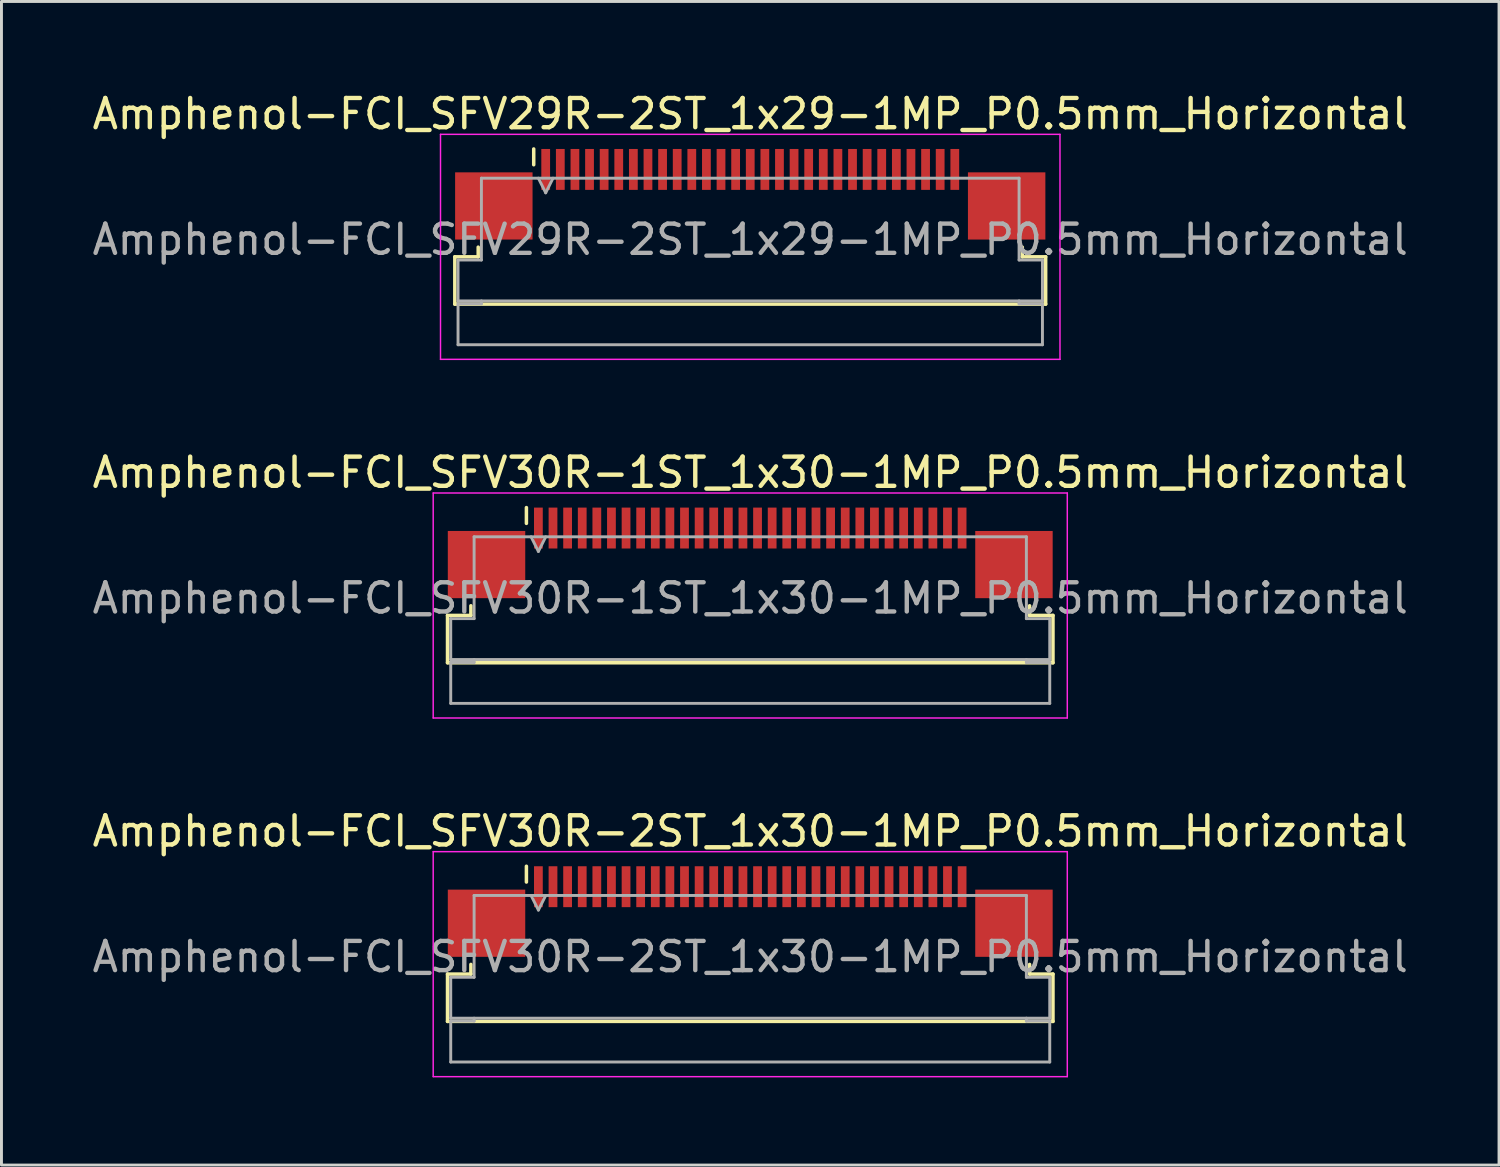
<source format=kicad_pcb>
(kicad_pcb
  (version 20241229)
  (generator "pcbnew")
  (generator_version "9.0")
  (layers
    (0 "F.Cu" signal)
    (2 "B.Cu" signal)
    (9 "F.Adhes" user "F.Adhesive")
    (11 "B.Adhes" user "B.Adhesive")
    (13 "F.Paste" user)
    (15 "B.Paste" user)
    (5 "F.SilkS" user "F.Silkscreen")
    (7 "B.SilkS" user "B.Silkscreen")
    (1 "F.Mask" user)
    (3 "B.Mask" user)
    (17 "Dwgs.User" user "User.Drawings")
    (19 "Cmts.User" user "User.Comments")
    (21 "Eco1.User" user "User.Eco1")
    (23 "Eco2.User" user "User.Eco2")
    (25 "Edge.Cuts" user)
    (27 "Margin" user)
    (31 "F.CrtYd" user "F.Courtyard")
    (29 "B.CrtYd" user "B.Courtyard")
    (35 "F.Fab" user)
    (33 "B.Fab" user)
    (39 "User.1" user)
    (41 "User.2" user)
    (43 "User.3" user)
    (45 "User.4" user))
  (footprint "Amphenol-FCI_SFV30R-2ST_1x30-1MP_P0.5mm_Horizontal"
    (layer "F.Cu")
    (at 22.625 29.295)
    (property "Reference" "Amphenol-FCI_SFV30R-2ST_1x30-1MP_P0.5mm_Horizontal" (at 0 -3.9 0) (layer "F.SilkS") (effects (font (size 1 1) (thickness 0.15))))
    (attr smd)
    (fp_line (start -10.36 0.99) (end -9.56 0.99) (stroke (width 0.12) (type solid)) (layer "F.SilkS"))
    (fp_line (start -10.36 2.61) (end -10.36 0.99) (stroke (width 0.12) (type solid)) (layer "F.SilkS"))
    (fp_line (start -9.56 0.99) (end -9.56 0.66) (stroke (width 0.12) (type solid)) (layer "F.SilkS"))
    (fp_line (start -7.66 -2.16) (end -7.66 -2.7) (stroke (width 0.12) (type solid)) (layer "F.SilkS"))
    (fp_line (start 9.56 0.66) (end 9.56 0.99) (stroke (width 0.12) (type solid)) (layer "F.SilkS"))
    (fp_line (start 9.56 0.99) (end 10.36 0.99) (stroke (width 0.12) (type solid)) (layer "F.SilkS"))
    (fp_line (start 10.36 0.99) (end 10.36 2.61) (stroke (width 0.12) (type solid)) (layer "F.SilkS"))
    (fp_line (start 10.36 2.61) (end -10.36 2.61) (stroke (width 0.12) (type solid)) (layer "F.SilkS"))
    (fp_line (start -10.85 -3.2) (end -10.85 4.5) (stroke (width 0.05) (type solid)) (layer "F.CrtYd"))
    (fp_line (start -10.85 4.5) (end 10.85 4.5) (stroke (width 0.05) (type solid)) (layer "F.CrtYd"))
    (fp_line (start 10.85 -3.2) (end -10.85 -3.2) (stroke (width 0.05) (type solid)) (layer "F.CrtYd"))
    (fp_line (start 10.85 4.5) (end 10.85 -3.2) (stroke (width 0.05) (type solid)) (layer "F.CrtYd"))
    (fp_line (start -10.25 1.1) (end -9.45 1.1) (stroke (width 0.1) (type solid)) (layer "F.Fab"))
    (fp_line (start -10.25 2.5) (end -10.25 1.1) (stroke (width 0.1) (type solid)) (layer "F.Fab"))
    (fp_line (start -10.25 2.6) (end -9.45 2.6) (stroke (width 0.1) (type solid)) (layer "F.Fab"))
    (fp_line (start -10.25 4) (end -10.25 2.6) (stroke (width 0.1) (type solid)) (layer "F.Fab"))
    (fp_line (start -9.45 -1.7) (end 9.45 -1.7) (stroke (width 0.1) (type solid)) (layer "F.Fab"))
    (fp_line (start -9.45 1.1) (end -9.45 -1.7) (stroke (width 0.1) (type solid)) (layer "F.Fab"))
    (fp_line (start -9.45 2.6) (end -9.45 2.5) (stroke (width 0.1) (type solid)) (layer "F.Fab"))
    (fp_line (start -7.5 -1.7) (end -7.25 -1.2) (stroke (width 0.1) (type solid)) (layer "F.Fab"))
    (fp_line (start -7.25 -1.2) (end -7 -1.7) (stroke (width 0.1) (type solid)) (layer "F.Fab"))
    (fp_line (start 9.45 -1.7) (end 9.45 1.1) (stroke (width 0.1) (type solid)) (layer "F.Fab"))
    (fp_line (start 9.45 1.1) (end 10.25 1.1) (stroke (width 0.1) (type solid)) (layer "F.Fab"))
    (fp_line (start 9.45 2.5) (end 9.45 2.6) (stroke (width 0.1) (type solid)) (layer "F.Fab"))
    (fp_line (start 9.45 2.6) (end 10.25 2.6) (stroke (width 0.1) (type solid)) (layer "F.Fab"))
    (fp_line (start 10.25 1.1) (end 10.25 2.5) (stroke (width 0.1) (type solid)) (layer "F.Fab"))
    (fp_line (start 10.25 2.5) (end -10.25 2.5) (stroke (width 0.1) (type solid)) (layer "F.Fab"))
    (fp_line (start 10.25 2.6) (end 10.25 4) (stroke (width 0.1) (type solid)) (layer "F.Fab"))
    (fp_line (start 10.25 4) (end -10.25 4) (stroke (width 0.1) (type solid)) (layer "F.Fab"))
    (fp_text user "${REFERENCE}" (at 0 0.4 0) (layer "F.Fab") (effects (font (size 1 1) (thickness 0.15))))
    (pad "1" smd rect (at -7.25 -2) (size 0.3 1.4) (layers "F.Cu" "F.Mask" "F.Paste"))
    (pad "2" smd rect (at -6.75 -2) (size 0.3 1.4) (layers "F.Cu" "F.Mask" "F.Paste"))
    (pad "3" smd rect (at -6.25 -2) (size 0.3 1.4) (layers "F.Cu" "F.Mask" "F.Paste"))
    (pad "4" smd rect (at -5.75 -2) (size 0.3 1.4) (layers "F.Cu" "F.Mask" "F.Paste"))
    (pad "5" smd rect (at -5.25 -2) (size 0.3 1.4) (layers "F.Cu" "F.Mask" "F.Paste"))
    (pad "6" smd rect (at -4.75 -2) (size 0.3 1.4) (layers "F.Cu" "F.Mask" "F.Paste"))
    (pad "7" smd rect (at -4.25 -2) (size 0.3 1.4) (layers "F.Cu" "F.Mask" "F.Paste"))
    (pad "8" smd rect (at -3.75 -2) (size 0.3 1.4) (layers "F.Cu" "F.Mask" "F.Paste"))
    (pad "9" smd rect (at -3.25 -2) (size 0.3 1.4) (layers "F.Cu" "F.Mask" "F.Paste"))
    (pad "10" smd rect (at -2.75 -2) (size 0.3 1.4) (layers "F.Cu" "F.Mask" "F.Paste"))
    (pad "11" smd rect (at -2.25 -2) (size 0.3 1.4) (layers "F.Cu" "F.Mask" "F.Paste"))
    (pad "12" smd rect (at -1.75 -2) (size 0.3 1.4) (layers "F.Cu" "F.Mask" "F.Paste"))
    (pad "13" smd rect (at -1.25 -2) (size 0.3 1.4) (layers "F.Cu" "F.Mask" "F.Paste"))
    (pad "14" smd rect (at -0.75 -2) (size 0.3 1.4) (layers "F.Cu" "F.Mask" "F.Paste"))
    (pad "15" smd rect (at -0.25 -2) (size 0.3 1.4) (layers "F.Cu" "F.Mask" "F.Paste"))
    (pad "16" smd rect (at 0.25 -2) (size 0.3 1.4) (layers "F.Cu" "F.Mask" "F.Paste"))
    (pad "17" smd rect (at 0.75 -2) (size 0.3 1.4) (layers "F.Cu" "F.Mask" "F.Paste"))
    (pad "18" smd rect (at 1.25 -2) (size 0.3 1.4) (layers "F.Cu" "F.Mask" "F.Paste"))
    (pad "19" smd rect (at 1.75 -2) (size 0.3 1.4) (layers "F.Cu" "F.Mask" "F.Paste"))
    (pad "20" smd rect (at 2.25 -2) (size 0.3 1.4) (layers "F.Cu" "F.Mask" "F.Paste"))
    (pad "21" smd rect (at 2.75 -2) (size 0.3 1.4) (layers "F.Cu" "F.Mask" "F.Paste"))
    (pad "22" smd rect (at 3.25 -2) (size 0.3 1.4) (layers "F.Cu" "F.Mask" "F.Paste"))
    (pad "23" smd rect (at 3.75 -2) (size 0.3 1.4) (layers "F.Cu" "F.Mask" "F.Paste"))
    (pad "24" smd rect (at 4.25 -2) (size 0.3 1.4) (layers "F.Cu" "F.Mask" "F.Paste"))
    (pad "25" smd rect (at 4.75 -2) (size 0.3 1.4) (layers "F.Cu" "F.Mask" "F.Paste"))
    (pad "26" smd rect (at 5.25 -2) (size 0.3 1.4) (layers "F.Cu" "F.Mask" "F.Paste"))
    (pad "27" smd rect (at 5.75 -2) (size 0.3 1.4) (layers "F.Cu" "F.Mask" "F.Paste"))
    (pad "28" smd rect (at 6.25 -2) (size 0.3 1.4) (layers "F.Cu" "F.Mask" "F.Paste"))
    (pad "29" smd rect (at 6.75 -2) (size 0.3 1.4) (layers "F.Cu" "F.Mask" "F.Paste"))
    (pad "30" smd rect (at 7.25 -2) (size 0.3 1.4) (layers "F.Cu" "F.Mask" "F.Paste"))
    (pad "MP" smd rect (at -9.025 -0.75) (size 2.65 2.3) (layers "F.Cu" "F.Mask" "F.Paste"))
    (pad "MP" smd rect (at 9.025 -0.75) (size 2.65 2.3) (layers "F.Cu" "F.Mask" "F.Paste")))
  (footprint "Amphenol-FCI_SFV29R-2ST_1x29-1MP_P0.5mm_Horizontal"
    (layer "F.Cu")
    (at 22.625 4.748)
    (property "Reference" "Amphenol-FCI_SFV29R-2ST_1x29-1MP_P0.5mm_Horizontal" (at 0 -3.9 0) (layer "F.SilkS") (effects (font (size 1 1) (thickness 0.15))))
    (attr smd)
    (fp_line (start -10.11 0.99) (end -9.31 0.99) (stroke (width 0.12) (type solid)) (layer "F.SilkS"))
    (fp_line (start -10.11 2.61) (end -10.11 0.99) (stroke (width 0.12) (type solid)) (layer "F.SilkS"))
    (fp_line (start -9.31 0.99) (end -9.31 0.66) (stroke (width 0.12) (type solid)) (layer "F.SilkS"))
    (fp_line (start -7.41 -2.16) (end -7.41 -2.7) (stroke (width 0.12) (type solid)) (layer "F.SilkS"))
    (fp_line (start 9.31 0.66) (end 9.31 0.99) (stroke (width 0.12) (type solid)) (layer "F.SilkS"))
    (fp_line (start 9.31 0.99) (end 10.11 0.99) (stroke (width 0.12) (type solid)) (layer "F.SilkS"))
    (fp_line (start 10.11 0.99) (end 10.11 2.61) (stroke (width 0.12) (type solid)) (layer "F.SilkS"))
    (fp_line (start 10.11 2.61) (end -10.11 2.61) (stroke (width 0.12) (type solid)) (layer "F.SilkS"))
    (fp_line (start -10.6 -3.2) (end -10.6 4.5) (stroke (width 0.05) (type solid)) (layer "F.CrtYd"))
    (fp_line (start -10.6 4.5) (end 10.6 4.5) (stroke (width 0.05) (type solid)) (layer "F.CrtYd"))
    (fp_line (start 10.6 -3.2) (end -10.6 -3.2) (stroke (width 0.05) (type solid)) (layer "F.CrtYd"))
    (fp_line (start 10.6 4.5) (end 10.6 -3.2) (stroke (width 0.05) (type solid)) (layer "F.CrtYd"))
    (fp_line (start -10 1.1) (end -9.2 1.1) (stroke (width 0.1) (type solid)) (layer "F.Fab"))
    (fp_line (start -10 2.5) (end -10 1.1) (stroke (width 0.1) (type solid)) (layer "F.Fab"))
    (fp_line (start -10 2.6) (end -9.2 2.6) (stroke (width 0.1) (type solid)) (layer "F.Fab"))
    (fp_line (start -10 4) (end -10 2.6) (stroke (width 0.1) (type solid)) (layer "F.Fab"))
    (fp_line (start -9.2 -1.7) (end 9.2 -1.7) (stroke (width 0.1) (type solid)) (layer "F.Fab"))
    (fp_line (start -9.2 1.1) (end -9.2 -1.7) (stroke (width 0.1) (type solid)) (layer "F.Fab"))
    (fp_line (start -9.2 2.6) (end -9.2 2.5) (stroke (width 0.1) (type solid)) (layer "F.Fab"))
    (fp_line (start -7.25 -1.7) (end -7 -1.2) (stroke (width 0.1) (type solid)) (layer "F.Fab"))
    (fp_line (start -7 -1.2) (end -6.75 -1.7) (stroke (width 0.1) (type solid)) (layer "F.Fab"))
    (fp_line (start 9.2 -1.7) (end 9.2 1.1) (stroke (width 0.1) (type solid)) (layer "F.Fab"))
    (fp_line (start 9.2 1.1) (end 10 1.1) (stroke (width 0.1) (type solid)) (layer "F.Fab"))
    (fp_line (start 9.2 2.5) (end 9.2 2.6) (stroke (width 0.1) (type solid)) (layer "F.Fab"))
    (fp_line (start 9.2 2.6) (end 10 2.6) (stroke (width 0.1) (type solid)) (layer "F.Fab"))
    (fp_line (start 10 1.1) (end 10 2.5) (stroke (width 0.1) (type solid)) (layer "F.Fab"))
    (fp_line (start 10 2.5) (end -10 2.5) (stroke (width 0.1) (type solid)) (layer "F.Fab"))
    (fp_line (start 10 2.6) (end 10 4) (stroke (width 0.1) (type solid)) (layer "F.Fab"))
    (fp_line (start 10 4) (end -10 4) (stroke (width 0.1) (type solid)) (layer "F.Fab"))
    (fp_text user "${REFERENCE}" (at 0 0.4 0) (layer "F.Fab") (effects (font (size 1 1) (thickness 0.15))))
    (pad "1" smd rect (at -7 -2) (size 0.3 1.4) (layers "F.Cu" "F.Mask" "F.Paste"))
    (pad "2" smd rect (at -6.5 -2) (size 0.3 1.4) (layers "F.Cu" "F.Mask" "F.Paste"))
    (pad "3" smd rect (at -6 -2) (size 0.3 1.4) (layers "F.Cu" "F.Mask" "F.Paste"))
    (pad "4" smd rect (at -5.5 -2) (size 0.3 1.4) (layers "F.Cu" "F.Mask" "F.Paste"))
    (pad "5" smd rect (at -5 -2) (size 0.3 1.4) (layers "F.Cu" "F.Mask" "F.Paste"))
    (pad "6" smd rect (at -4.5 -2) (size 0.3 1.4) (layers "F.Cu" "F.Mask" "F.Paste"))
    (pad "7" smd rect (at -4 -2) (size 0.3 1.4) (layers "F.Cu" "F.Mask" "F.Paste"))
    (pad "8" smd rect (at -3.5 -2) (size 0.3 1.4) (layers "F.Cu" "F.Mask" "F.Paste"))
    (pad "9" smd rect (at -3 -2) (size 0.3 1.4) (layers "F.Cu" "F.Mask" "F.Paste"))
    (pad "10" smd rect (at -2.5 -2) (size 0.3 1.4) (layers "F.Cu" "F.Mask" "F.Paste"))
    (pad "11" smd rect (at -2 -2) (size 0.3 1.4) (layers "F.Cu" "F.Mask" "F.Paste"))
    (pad "12" smd rect (at -1.5 -2) (size 0.3 1.4) (layers "F.Cu" "F.Mask" "F.Paste"))
    (pad "13" smd rect (at -1 -2) (size 0.3 1.4) (layers "F.Cu" "F.Mask" "F.Paste"))
    (pad "14" smd rect (at -0.5 -2) (size 0.3 1.4) (layers "F.Cu" "F.Mask" "F.Paste"))
    (pad "15" smd rect (at 0 -2) (size 0.3 1.4) (layers "F.Cu" "F.Mask" "F.Paste"))
    (pad "16" smd rect (at 0.5 -2) (size 0.3 1.4) (layers "F.Cu" "F.Mask" "F.Paste"))
    (pad "17" smd rect (at 1 -2) (size 0.3 1.4) (layers "F.Cu" "F.Mask" "F.Paste"))
    (pad "18" smd rect (at 1.5 -2) (size 0.3 1.4) (layers "F.Cu" "F.Mask" "F.Paste"))
    (pad "19" smd rect (at 2 -2) (size 0.3 1.4) (layers "F.Cu" "F.Mask" "F.Paste"))
    (pad "20" smd rect (at 2.5 -2) (size 0.3 1.4) (layers "F.Cu" "F.Mask" "F.Paste"))
    (pad "21" smd rect (at 3 -2) (size 0.3 1.4) (layers "F.Cu" "F.Mask" "F.Paste"))
    (pad "22" smd rect (at 3.5 -2) (size 0.3 1.4) (layers "F.Cu" "F.Mask" "F.Paste"))
    (pad "23" smd rect (at 4 -2) (size 0.3 1.4) (layers "F.Cu" "F.Mask" "F.Paste"))
    (pad "24" smd rect (at 4.5 -2) (size 0.3 1.4) (layers "F.Cu" "F.Mask" "F.Paste"))
    (pad "25" smd rect (at 5 -2) (size 0.3 1.4) (layers "F.Cu" "F.Mask" "F.Paste"))
    (pad "26" smd rect (at 5.5 -2) (size 0.3 1.4) (layers "F.Cu" "F.Mask" "F.Paste"))
    (pad "27" smd rect (at 6 -2) (size 0.3 1.4) (layers "F.Cu" "F.Mask" "F.Paste"))
    (pad "28" smd rect (at 6.5 -2) (size 0.3 1.4) (layers "F.Cu" "F.Mask" "F.Paste"))
    (pad "29" smd rect (at 7 -2) (size 0.3 1.4) (layers "F.Cu" "F.Mask" "F.Paste"))
    (pad "MP" smd rect (at -8.775 -0.75) (size 2.65 2.3) (layers "F.Cu" "F.Mask" "F.Paste"))
    (pad "MP" smd rect (at 8.775 -0.75) (size 2.65 2.3) (layers "F.Cu" "F.Mask" "F.Paste")))
  (footprint "Amphenol-FCI_SFV30R-1ST_1x30-1MP_P0.5mm_Horizontal"
    (layer "F.Cu")
    (at 22.625 17.021)
    (property "Reference" "Amphenol-FCI_SFV30R-1ST_1x30-1MP_P0.5mm_Horizontal" (at 0 -3.9 0) (layer "F.SilkS") (effects (font (size 1 1) (thickness 0.15))))
    (attr smd)
    (fp_line (start -10.36 0.99) (end -9.56 0.99) (stroke (width 0.12) (type solid)) (layer "F.SilkS"))
    (fp_line (start -10.36 2.61) (end -10.36 0.99) (stroke (width 0.12) (type solid)) (layer "F.SilkS"))
    (fp_line (start -9.56 0.99) (end -9.56 0.66) (stroke (width 0.12) (type solid)) (layer "F.SilkS"))
    (fp_line (start -7.66 -2.16) (end -7.66 -2.7) (stroke (width 0.12) (type solid)) (layer "F.SilkS"))
    (fp_line (start 9.56 0.66) (end 9.56 0.99) (stroke (width 0.12) (type solid)) (layer "F.SilkS"))
    (fp_line (start 9.56 0.99) (end 10.36 0.99) (stroke (width 0.12) (type solid)) (layer "F.SilkS"))
    (fp_line (start 10.36 0.99) (end 10.36 2.61) (stroke (width 0.12) (type solid)) (layer "F.SilkS"))
    (fp_line (start 10.36 2.61) (end -10.36 2.61) (stroke (width 0.12) (type solid)) (layer "F.SilkS"))
    (fp_line (start -10.85 -3.2) (end -10.85 4.5) (stroke (width 0.05) (type solid)) (layer "F.CrtYd"))
    (fp_line (start -10.85 4.5) (end 10.85 4.5) (stroke (width 0.05) (type solid)) (layer "F.CrtYd"))
    (fp_line (start 10.85 -3.2) (end -10.85 -3.2) (stroke (width 0.05) (type solid)) (layer "F.CrtYd"))
    (fp_line (start 10.85 4.5) (end 10.85 -3.2) (stroke (width 0.05) (type solid)) (layer "F.CrtYd"))
    (fp_line (start -10.25 1.1) (end -9.45 1.1) (stroke (width 0.1) (type solid)) (layer "F.Fab"))
    (fp_line (start -10.25 2.5) (end -10.25 1.1) (stroke (width 0.1) (type solid)) (layer "F.Fab"))
    (fp_line (start -10.25 2.6) (end -9.45 2.6) (stroke (width 0.1) (type solid)) (layer "F.Fab"))
    (fp_line (start -10.25 4) (end -10.25 2.6) (stroke (width 0.1) (type solid)) (layer "F.Fab"))
    (fp_line (start -9.45 -1.7) (end 9.45 -1.7) (stroke (width 0.1) (type solid)) (layer "F.Fab"))
    (fp_line (start -9.45 1.1) (end -9.45 -1.7) (stroke (width 0.1) (type solid)) (layer "F.Fab"))
    (fp_line (start -9.45 2.6) (end -9.45 2.5) (stroke (width 0.1) (type solid)) (layer "F.Fab"))
    (fp_line (start -7.5 -1.7) (end -7.25 -1.2) (stroke (width 0.1) (type solid)) (layer "F.Fab"))
    (fp_line (start -7.25 -1.2) (end -7 -1.7) (stroke (width 0.1) (type solid)) (layer "F.Fab"))
    (fp_line (start 9.45 -1.7) (end 9.45 1.1) (stroke (width 0.1) (type solid)) (layer "F.Fab"))
    (fp_line (start 9.45 1.1) (end 10.25 1.1) (stroke (width 0.1) (type solid)) (layer "F.Fab"))
    (fp_line (start 9.45 2.5) (end 9.45 2.6) (stroke (width 0.1) (type solid)) (layer "F.Fab"))
    (fp_line (start 9.45 2.6) (end 10.25 2.6) (stroke (width 0.1) (type solid)) (layer "F.Fab"))
    (fp_line (start 10.25 1.1) (end 10.25 2.5) (stroke (width 0.1) (type solid)) (layer "F.Fab"))
    (fp_line (start 10.25 2.5) (end -10.25 2.5) (stroke (width 0.1) (type solid)) (layer "F.Fab"))
    (fp_line (start 10.25 2.6) (end 10.25 4) (stroke (width 0.1) (type solid)) (layer "F.Fab"))
    (fp_line (start 10.25 4) (end -10.25 4) (stroke (width 0.1) (type solid)) (layer "F.Fab"))
    (fp_text user "${REFERENCE}" (at 0 0.4 0) (layer "F.Fab") (effects (font (size 1 1) (thickness 0.15))))
    (pad "1" smd rect (at -7.25 -2) (size 0.3 1.4) (layers "F.Cu" "F.Mask" "F.Paste"))
    (pad "2" smd rect (at -6.75 -2) (size 0.3 1.4) (layers "F.Cu" "F.Mask" "F.Paste"))
    (pad "3" smd rect (at -6.25 -2) (size 0.3 1.4) (layers "F.Cu" "F.Mask" "F.Paste"))
    (pad "4" smd rect (at -5.75 -2) (size 0.3 1.4) (layers "F.Cu" "F.Mask" "F.Paste"))
    (pad "5" smd rect (at -5.25 -2) (size 0.3 1.4) (layers "F.Cu" "F.Mask" "F.Paste"))
    (pad "6" smd rect (at -4.75 -2) (size 0.3 1.4) (layers "F.Cu" "F.Mask" "F.Paste"))
    (pad "7" smd rect (at -4.25 -2) (size 0.3 1.4) (layers "F.Cu" "F.Mask" "F.Paste"))
    (pad "8" smd rect (at -3.75 -2) (size 0.3 1.4) (layers "F.Cu" "F.Mask" "F.Paste"))
    (pad "9" smd rect (at -3.25 -2) (size 0.3 1.4) (layers "F.Cu" "F.Mask" "F.Paste"))
    (pad "10" smd rect (at -2.75 -2) (size 0.3 1.4) (layers "F.Cu" "F.Mask" "F.Paste"))
    (pad "11" smd rect (at -2.25 -2) (size 0.3 1.4) (layers "F.Cu" "F.Mask" "F.Paste"))
    (pad "12" smd rect (at -1.75 -2) (size 0.3 1.4) (layers "F.Cu" "F.Mask" "F.Paste"))
    (pad "13" smd rect (at -1.25 -2) (size 0.3 1.4) (layers "F.Cu" "F.Mask" "F.Paste"))
    (pad "14" smd rect (at -0.75 -2) (size 0.3 1.4) (layers "F.Cu" "F.Mask" "F.Paste"))
    (pad "15" smd rect (at -0.25 -2) (size 0.3 1.4) (layers "F.Cu" "F.Mask" "F.Paste"))
    (pad "16" smd rect (at 0.25 -2) (size 0.3 1.4) (layers "F.Cu" "F.Mask" "F.Paste"))
    (pad "17" smd rect (at 0.75 -2) (size 0.3 1.4) (layers "F.Cu" "F.Mask" "F.Paste"))
    (pad "18" smd rect (at 1.25 -2) (size 0.3 1.4) (layers "F.Cu" "F.Mask" "F.Paste"))
    (pad "19" smd rect (at 1.75 -2) (size 0.3 1.4) (layers "F.Cu" "F.Mask" "F.Paste"))
    (pad "20" smd rect (at 2.25 -2) (size 0.3 1.4) (layers "F.Cu" "F.Mask" "F.Paste"))
    (pad "21" smd rect (at 2.75 -2) (size 0.3 1.4) (layers "F.Cu" "F.Mask" "F.Paste"))
    (pad "22" smd rect (at 3.25 -2) (size 0.3 1.4) (layers "F.Cu" "F.Mask" "F.Paste"))
    (pad "23" smd rect (at 3.75 -2) (size 0.3 1.4) (layers "F.Cu" "F.Mask" "F.Paste"))
    (pad "24" smd rect (at 4.25 -2) (size 0.3 1.4) (layers "F.Cu" "F.Mask" "F.Paste"))
    (pad "25" smd rect (at 4.75 -2) (size 0.3 1.4) (layers "F.Cu" "F.Mask" "F.Paste"))
    (pad "26" smd rect (at 5.25 -2) (size 0.3 1.4) (layers "F.Cu" "F.Mask" "F.Paste"))
    (pad "27" smd rect (at 5.75 -2) (size 0.3 1.4) (layers "F.Cu" "F.Mask" "F.Paste"))
    (pad "28" smd rect (at 6.25 -2) (size 0.3 1.4) (layers "F.Cu" "F.Mask" "F.Paste"))
    (pad "29" smd rect (at 6.75 -2) (size 0.3 1.4) (layers "F.Cu" "F.Mask" "F.Paste"))
    (pad "30" smd rect (at 7.25 -2) (size 0.3 1.4) (layers "F.Cu" "F.Mask" "F.Paste"))
    (pad "MP" smd rect (at -9.025 -0.75) (size 2.65 2.3) (layers "F.Cu" "F.Mask" "F.Paste"))
    (pad "MP" smd rect (at 9.025 -0.75) (size 2.65 2.3) (layers "F.Cu" "F.Mask" "F.Paste")))
  (gr_rect
    (start -3 -3)
    (end 48.25 36.82)
    (stroke (width 0.1) (type default))
    (fill no)
    (layer "Edge.Cuts")))
</source>
